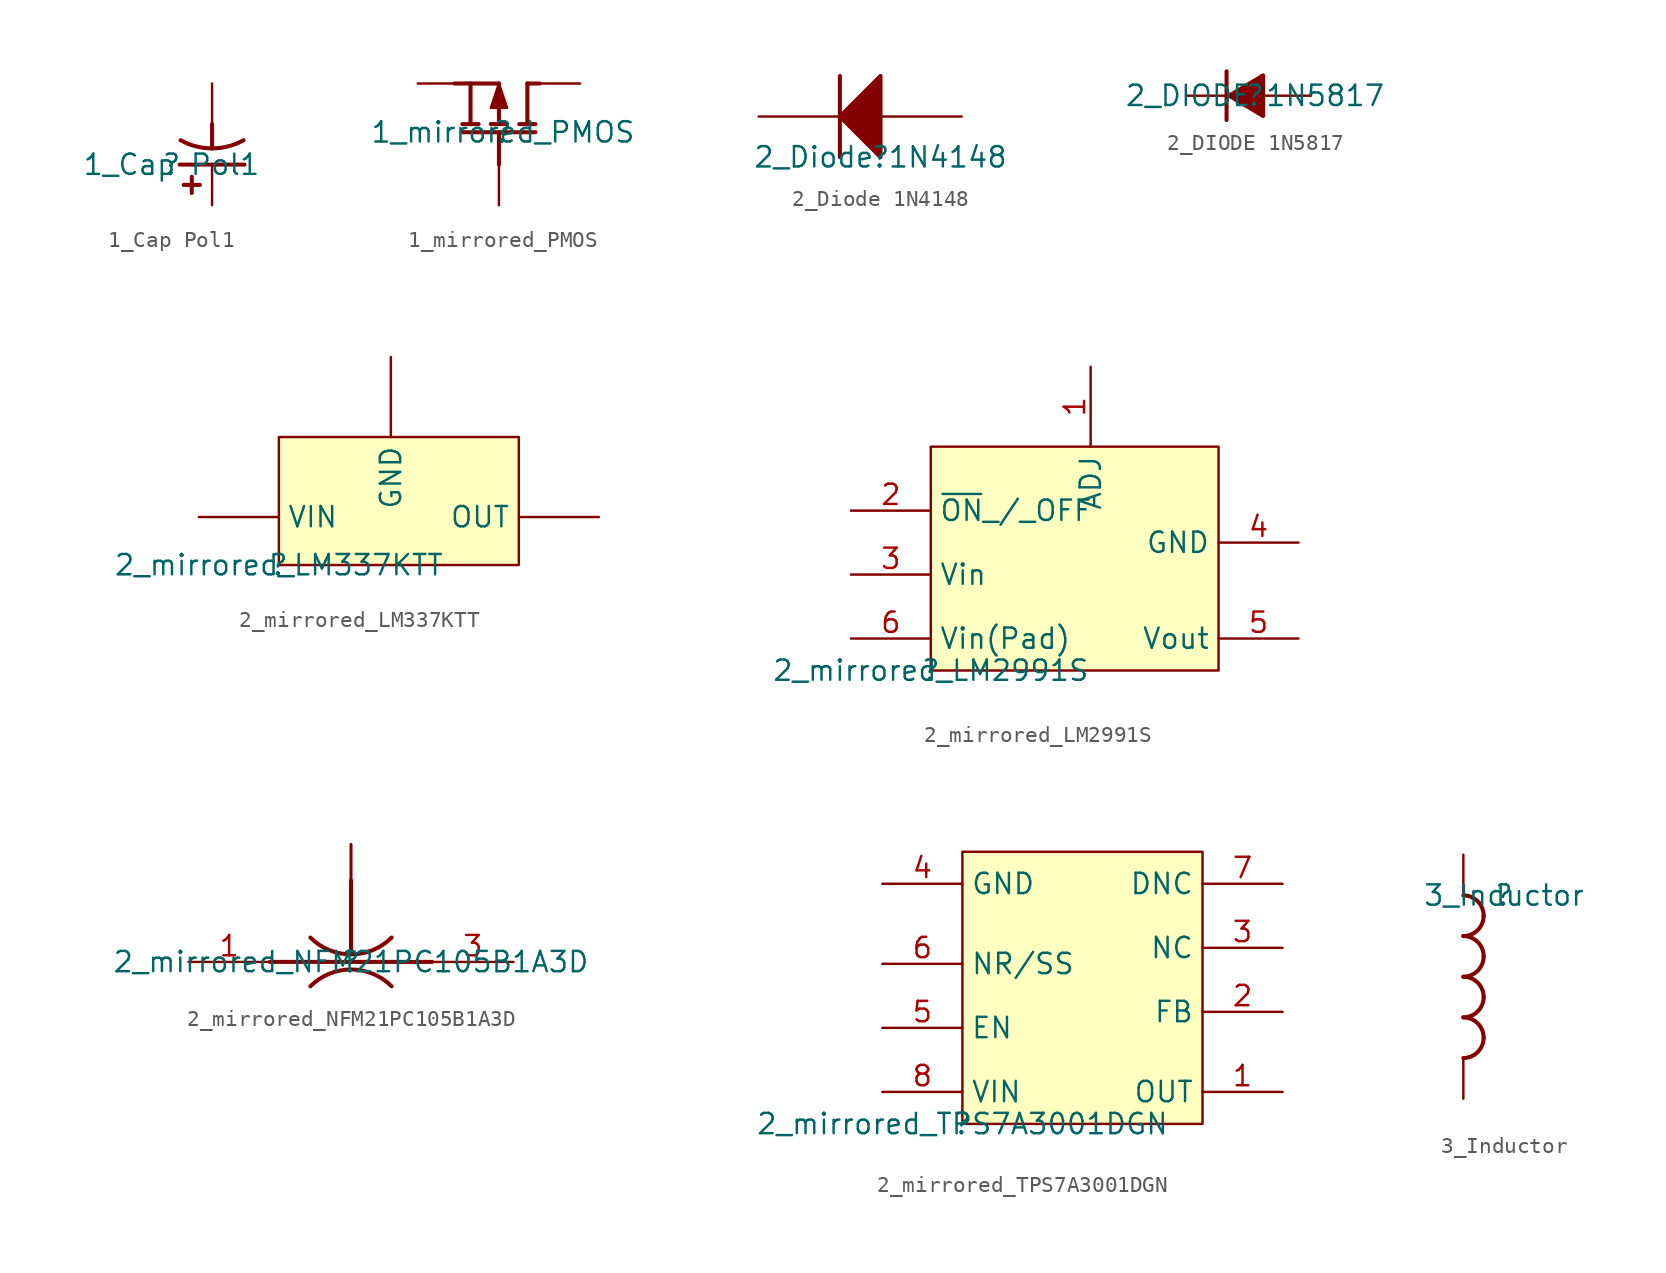
<source format=kicad_sym>
(kicad_symbol_lib
  (version 20211014)
  (generator kicad_symbol_editor)
  (symbol "1_Cap Pol1"
    (property "Reference" ""
      (at 0 0 0)
      (effects (font (size 1.27 1.27))))
    (property "Value" "1_Cap Pol1"
      (at 0 0 0)
      (effects (font (size 1.27 1.27))))
    (symbol "1_Cap Pol1_1_0"
      (polyline (pts (xy 1.27 -0.762) (xy 1.27 -1.778)) (stroke (width 0.254) (type default) (color 0 0 0 0)) (fill (type none)))
      (polyline (pts (xy 1.778 -1.27) (xy 0.762 -1.27)) (stroke (width 0.254) (type default) (color 0 0 0 0)) (fill (type none)))
      (polyline (pts (xy 2.54 1.016) (xy 2.54 2.54)) (stroke (width 0.254) (type default) (color 0 0 0 0)) (fill (type none)))
      (polyline (pts (xy 4.572 0) (xy 0.508 0)) (stroke (width 0.254) (type default) (color 0 0 0 0)) (fill (type none)))
      (arc (start 0.5697 1.5255) (mid 1.5224 1.1454) (end 2.54 1.016) (stroke (width 0.254) (type default) (color 0 0 0 0)) (fill (type none)))
      (arc (start 2.54 1.016) (mid 3.5575 1.1454) (end 4.5103 1.5255) (stroke (width 0.254) (type default) (color 0 0 0 0)) (fill (type none)))
      (pin passive line (at 2.54 -2.54 90) (length 2.54) (name "1" (effects (font (size 0 0)))) (number "1" (effects (font (size 0 0)))))
      (pin passive line (at 2.54 5.08 270) (length 2.54) (name "2" (effects (font (size 0 0)))) (number "2" (effects (font (size 0 0)))))))
  (symbol "1_mirrored_PMOS"
    (property "Reference" ""
      (at 0 0 0)
      (effects (font (size 1.27 1.27))))
    (property "Value" "1_mirrored_PMOS"
      (at 0 0 0)
      (effects (font (size 1.27 1.27))))
    (symbol "1_mirrored_PMOS_1_0"
      (polyline (pts (xy -2.54 0.508) (xy -1.524 0.508)) (stroke (width 0.254) (type default) (color 0 0 0 0)) (fill (type none)))
      (polyline (pts (xy -2.032 3.048) (xy -2.032 0.508)) (stroke (width 0.254) (type default) (color 0 0 0 0)) (fill (type none)))
      (polyline (pts (xy -0.762 0.508) (xy 0.254 0.508)) (stroke (width 0.254) (type default) (color 0 0 0 0)) (fill (type none)))
      (polyline (pts (xy -0.254 -2.032) (xy -0.254 0)) (stroke (width 0.254) (type default) (color 0 0 0 0)) (fill (type none)))
      (polyline (pts (xy -0.254 3.048) (xy -3.048 3.048)) (stroke (width 0.254) (type default) (color 0 0 0 0)) (fill (type none)))
      (polyline (pts (xy -0.254 3.048) (xy -0.254 0.508)) (stroke (width 0.254) (type default) (color 0 0 0 0)) (fill (type none)))
      (polyline (pts (xy 1.016 0.508) (xy 2.032 0.508)) (stroke (width 0.254) (type default) (color 0 0 0 0)) (fill (type none)))
      (polyline (pts (xy 1.524 3.048) (xy 1.524 0.508)) (stroke (width 0.254) (type default) (color 0 0 0 0)) (fill (type none)))
      (polyline (pts (xy 1.524 3.048) (xy 2.286 3.048)) (stroke (width 0.254) (type default) (color 0 0 0 0)) (fill (type none)))
      (polyline (pts (xy 2.032 0) (xy -2.54 0)) (stroke (width 0.254) (type default) (color 0 0 0 0)) (fill (type none)))
      (polyline (pts (xy -0.254 3.048) (xy 0.254 1.524) (xy -0.762 1.524) (xy -0.254 3.048)) (stroke (width 0) (type default) (color 0 0 0 0)) (fill (type outline)))
      (pin passive line (at -0.254 -4.572 90) (length 2.54) (name "G" (effects (font (size 0 0)))) (number "1" (effects (font (size 0 0)))))
      (pin passive line (at -5.334 3.048 0) (length 2.54) (name "S" (effects (font (size 0 0)))) (number "2" (effects (font (size 0 0)))))
      (pin passive line (at 4.826 3.048 180) (length 2.54) (name "D" (effects (font (size 0 0)))) (number "3" (effects (font (size 0 0)))))))
  (symbol "2_Diode 1N4148"
    (property "Reference" ""
      (at 0 0 0)
      (effects (font (size 1.27 1.27))))
    (property "Value" "2_Diode 1N4148"
      (at 0 0 0)
      (effects (font (size 1.27 1.27))))
    (symbol "2_Diode 1N4148_1_0"
      (polyline (pts (xy -2.54 0) (xy -2.54 5.08)) (stroke (width 0.254) (type default) (color 0 0 0 0)) (fill (type none)))
      (polyline (pts (xy 0 5.08) (xy -2.54 2.54) (xy 0 0) (xy 0 5.08)) (stroke (width 0.254) (type default) (color 0 0 0 0)) (fill (type outline)))
      (pin passive line (at 5.08 2.54 180) (length 5.08) (name "A" (effects (font (size 0 0)))) (number "1" (effects (font (size 0 0)))))
      (pin passive line (at -7.62 2.54 0) (length 5.08) (name "K" (effects (font (size 0 0)))) (number "2" (effects (font (size 0 0)))))))
  (symbol "2_DIODE 1N5817"
    (property "Reference" ""
      (at 0 0 0)
      (effects (font (size 1.27 1.27))))
    (property "Value" "2_DIODE 1N5817"
      (at 0 0 0)
      (effects (font (size 1.27 1.27))))
    (symbol "2_DIODE 1N5817_1_0"
      (polyline (pts (xy -1.778 -1.524) (xy -1.778 1.524)) (stroke (width 0.254) (type default) (color 0 0 0 0)) (fill (type none)))
      (polyline (pts (xy 0.508 1.27) (xy -1.62 0) (xy 0.508 -1.27) (xy 0.508 1.27)) (stroke (width 0.254) (type default) (color 0 0 0 0)) (fill (type outline)))
      (pin passive line (at 3.508 0 180) (length 3) (name "A" (effects (font (size 0 0)))) (number "A" (effects (font (size 0 0)))))
      (pin passive line (at -4.27 0 0) (length 3) (name "K" (effects (font (size 0 0)))) (number "K" (effects (font (size 0 0)))))))
  (symbol "2_mirrored_LM337KTT"
    (property "Reference" ""
      (at 0 0 0)
      (effects (font (size 1.27 1.27))))
    (property "Value" "2_mirrored_LM337KTT"
      (at 0 0 0)
      (effects (font (size 1.27 1.27))))
    (symbol "2_mirrored_LM337KTT_1_0"
      (rectangle (start 15 8) (end 0 0) (stroke (width 0) (type default) (color 0 0 0 0)) (fill (type background)))
      (pin input line (at 7 13 270) (length 5) (name "GND" (effects (font (size 1.27 1.27)))) (number "1" (effects (font (size 0 0)))))
      (pin input line (at 20 3 180) (length 5) (name "OUT" (effects (font (size 1.27 1.27)))) (number "3" (effects (font (size 0 0)))))
      (pin input line (at -5 3 0) (length 5) (name "VIN" (effects (font (size 1.27 1.27)))) (number "4" (effects (font (size 0 0)))))))
  (symbol "2_mirrored_LM2991S"
    (property "Reference" ""
      (at 0 0 0)
      (effects (font (size 1.27 1.27))))
    (property "Value" "2_mirrored_LM2991S"
      (at 0 0 0)
      (effects (font (size 1.27 1.27))))
    (symbol "2_mirrored_LM2991S_1_0"
      (rectangle (start 18 14) (end 0 0) (stroke (width 0) (type default) (color 0 0 0 0)) (fill (type background)))
      (pin input line (at 10 19 270) (length 5) (name "ADJ" (effects (font (size 1.27 1.27)))) (number "1" (effects (font (size 1.27 1.27)))))
      (pin input line (at -5 10 0) (length 5) (name "~{ON}_/_OFF" (effects (font (size 1.27 1.27)))) (number "2" (effects (font (size 1.27 1.27)))))
      (pin power_in line (at -5 6 0) (length 5) (name "Vin" (effects (font (size 1.27 1.27)))) (number "3" (effects (font (size 1.27 1.27)))))
      (pin power_in line (at 23 8 180) (length 5) (name "GND" (effects (font (size 1.27 1.27)))) (number "4" (effects (font (size 1.27 1.27)))))
      (pin power_in line (at 23 2 180) (length 5) (name "Vout" (effects (font (size 1.27 1.27)))) (number "5" (effects (font (size 1.27 1.27)))))
      (pin power_in line (at -5 2 0) (length 5) (name "Vin(Pad)" (effects (font (size 1.27 1.27)))) (number "6" (effects (font (size 1.27 1.27)))))))
  (symbol "2_mirrored_NFM21PC105B1A3D"
    (property "Reference" ""
      (at 0 0 0)
      (effects (font (size 1.27 1.27))))
    (property "Value" "2_mirrored_NFM21PC105B1A3D"
      (at 0 0 0)
      (effects (font (size 1.27 1.27))))
    (symbol "2_mirrored_NFM21PC105B1A3D_1_0"
      (arc (start -2.5399 1.5241) (mid 0 0.472) (end 2.5399 1.5241) (stroke (width 0.254) (type default) (color 0 0 0 0)) (fill (type none)))
      (polyline (pts (xy -5.08 0) (xy 5.08 0)) (stroke (width 0.254) (type default) (color 0 0 0 0)) (fill (type none)))
      (polyline (pts (xy 0 0.508) (xy 0 5.08)) (stroke (width 0.254) (type default) (color 0 0 0 0)) (fill (type none)))
      (arc (start 2.5399 -1.5241) (mid 0 -0.472) (end -2.5399 -1.5241) (stroke (width 0.254) (type default) (color 0 0 0 0)) (fill (type none)))
      (pin input line (at -10.16 0 0) (length 5.08) (name "IN" (effects (font (size 0 0)))) (number "1" (effects (font (size 1.27 1.27)))))
      (pin power_in line (at 0 7.366 270) (length 5.08) (name "GND" (effects (font (size 0 0)))) (number "2" (effects (font (size 0 0)))))
      (pin power_in line (at 0 7.366 270) (length 5.08) (name "GND" (effects (font (size 0 0)))) (number "2_1" (effects (font (size 0 0)))))
      (pin power_in line (at 0 7.366 270) (length 5.08) (name "GND" (effects (font (size 0 0)))) (number "2_3" (effects (font (size 0 0)))))
      (pin output line (at 10.16 0 180) (length 5.08) (name "OUT" (effects (font (size 0 0)))) (number "3" (effects (font (size 1.27 1.27)))))))
  (symbol "2_mirrored_TPS7A3001DGN"
    (property "Reference" ""
      (at 0 0 0)
      (effects (font (size 1.27 1.27))))
    (property "Value" "2_mirrored_TPS7A3001DGN"
      (at 0 0 0)
      (effects (font (size 1.27 1.27))))
    (symbol "2_mirrored_TPS7A3001DGN_1_0"
      (rectangle (start 15 17) (end 0 0) (stroke (width 0) (type default) (color 0 0 0 0)) (fill (type background)))
      (pin input line (at 20 2 180) (length 5) (name "OUT" (effects (font (size 1.27 1.27)))) (number "1" (effects (font (size 1.27 1.27)))))
      (pin input line (at 20 7 180) (length 5) (name "FB" (effects (font (size 1.27 1.27)))) (number "2" (effects (font (size 1.27 1.27)))))
      (pin input line (at 20 11 180) (length 5) (name "NC" (effects (font (size 1.27 1.27)))) (number "3" (effects (font (size 1.27 1.27)))))
      (pin input line (at -5 15 0) (length 5) (name "GND" (effects (font (size 1.27 1.27)))) (number "4" (effects (font (size 1.27 1.27)))))
      (pin input line (at -5 6 0) (length 5) (name "EN" (effects (font (size 1.27 1.27)))) (number "5" (effects (font (size 1.27 1.27)))))
      (pin input line (at -5 10 0) (length 5) (name "NR/SS" (effects (font (size 1.27 1.27)))) (number "6" (effects (font (size 1.27 1.27)))))
      (pin input line (at 20 15 180) (length 5) (name "DNC" (effects (font (size 1.27 1.27)))) (number "7" (effects (font (size 1.27 1.27)))))
      (pin input line (at -5 2 0) (length 5) (name "VIN" (effects (font (size 1.27 1.27)))) (number "8" (effects (font (size 1.27 1.27)))))))
  (symbol "3_Inductor"
    (property "Reference" ""
      (at 0 0 0)
      (effects (font (size 1.27 1.27))))
    (property "Value" "3_Inductor"
      (at 0 0 0)
      (effects (font (size 1.27 1.27))))
    (symbol "3_Inductor_1_0"
      (arc (start -2.54 -10.16) (mid -1.642 -9.788) (end -1.27 -8.89) (stroke (width 0.254) (type default) (color 0 0 0 0)) (fill (type none)))
      (arc (start -2.54 -7.62) (mid -1.642 -7.248) (end -1.27 -6.35) (stroke (width 0.254) (type default) (color 0 0 0 0)) (fill (type none)))
      (arc (start -2.54 -5.08) (mid -1.642 -4.708) (end -1.27 -3.81) (stroke (width 0.254) (type default) (color 0 0 0 0)) (fill (type none)))
      (arc (start -2.54 -2.54) (mid -1.642 -2.168) (end -1.27 -1.27) (stroke (width 0.254) (type default) (color 0 0 0 0)) (fill (type none)))
      (arc (start -1.27 -8.89) (mid -1.642 -7.992) (end -2.54 -7.62) (stroke (width 0.254) (type default) (color 0 0 0 0)) (fill (type none)))
      (arc (start -1.27 -6.35) (mid -1.642 -5.452) (end -2.54 -5.08) (stroke (width 0.254) (type default) (color 0 0 0 0)) (fill (type none)))
      (arc (start -1.27 -3.81) (mid -1.642 -2.912) (end -2.54 -2.54) (stroke (width 0.254) (type default) (color 0 0 0 0)) (fill (type none)))
      (arc (start -1.27 -1.27) (mid -1.642 -0.372) (end -2.54 0) (stroke (width 0.254) (type default) (color 0 0 0 0)) (fill (type none)))
      (pin passive line (at -2.54 2.54 270) (length 2.54) (name "1" (effects (font (size 0 0)))) (number "1" (effects (font (size 0 0)))))
      (pin passive line (at -2.54 -12.7 90) (length 2.54) (name "2" (effects (font (size 0 0)))) (number "2" (effects (font (size 0 0))))))))
</source>
